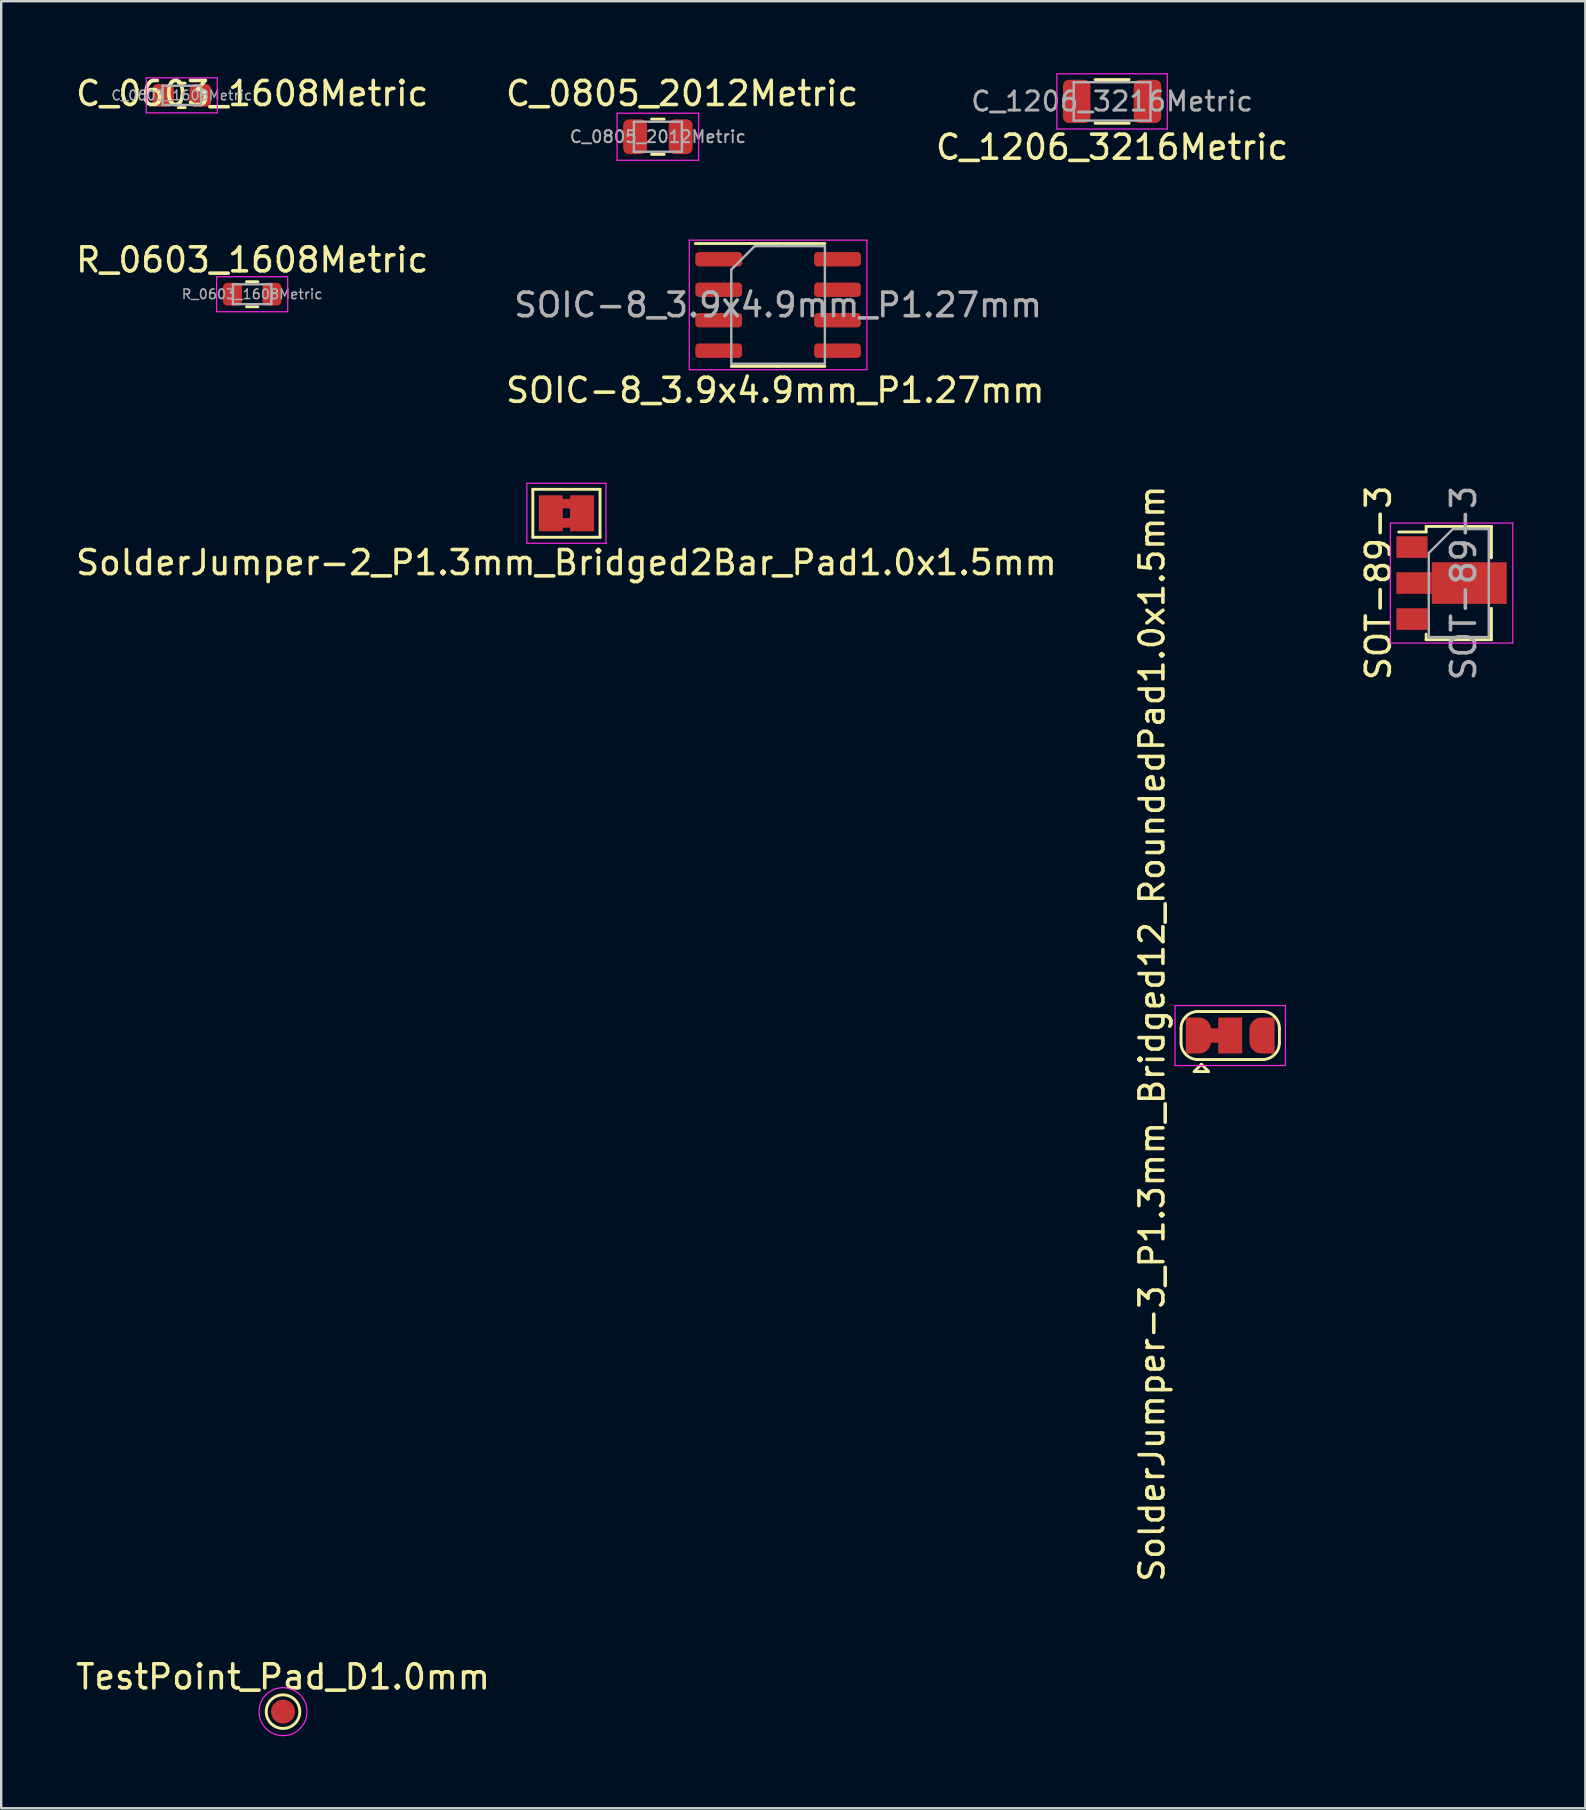
<source format=kicad_pcb>
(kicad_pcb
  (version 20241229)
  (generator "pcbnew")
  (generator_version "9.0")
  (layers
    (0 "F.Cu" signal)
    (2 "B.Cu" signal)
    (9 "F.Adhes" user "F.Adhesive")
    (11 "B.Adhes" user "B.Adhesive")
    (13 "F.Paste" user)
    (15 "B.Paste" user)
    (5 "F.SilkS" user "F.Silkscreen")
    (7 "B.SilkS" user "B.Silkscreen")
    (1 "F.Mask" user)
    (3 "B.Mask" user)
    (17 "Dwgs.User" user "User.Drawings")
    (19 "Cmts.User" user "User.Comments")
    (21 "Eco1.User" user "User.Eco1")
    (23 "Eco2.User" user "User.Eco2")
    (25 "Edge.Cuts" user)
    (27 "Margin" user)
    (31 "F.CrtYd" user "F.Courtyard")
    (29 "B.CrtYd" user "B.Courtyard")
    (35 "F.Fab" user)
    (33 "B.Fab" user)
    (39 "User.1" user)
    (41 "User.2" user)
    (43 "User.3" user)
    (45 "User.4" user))
  (footprint "TestPoint_Pad_D1.0mm"
    (layer "F.Cu")
    (at 8.744 68.277)
    (property "Reference" "TestPoint_Pad_D1.0mm" (at 0 -1.448 0) (layer "F.SilkS") (effects (font (size 1 1) (thickness 0.15))))
    (attr exclude_from_pos_files)
    (fp_circle (center 0 0) (end 0 0.7) (stroke (width 0.12) (type solid)) (fill no) (layer "F.SilkS"))
    (fp_circle (center 0 0) (end 1 0) (stroke (width 0.05) (type solid)) (fill no) (layer "F.CrtYd"))
    (pad "1" smd circle (at 0 0) (size 1 1) (layers "F.Cu" "F.Mask")))
  (footprint "SolderJumper-3_P1.3mm_Bridged12_RoundedPad1.0x1.5mm"
    (layer "F.Cu")
    (at 48.215 40.102)
    (property "Reference" "SolderJumper-3_P1.3mm_Bridged12_RoundedPad1.0x1.5mm" (at -3.26 -0.08 90) (layer "F.SilkS") (effects (font (size 1 1) (thickness 0.15))))
    (attr exclude_from_pos_files)
    (fp_poly (pts (xy -0.9 -0.3) (xy -0.4 -0.3) (xy -0.4 0.3) (xy -0.9 0.3)) (stroke (width 0) (type solid)) (fill yes) (layer "F.Cu"))
    (fp_line (start -2.05 0.3) (end -2.05 -0.3) (stroke (width 0.12) (type solid)) (layer "F.SilkS"))
    (fp_line (start -1.5 1.5) (end -0.9 1.5) (stroke (width 0.12) (type solid)) (layer "F.SilkS"))
    (fp_line (start -1.4 -1) (end 1.4 -1) (stroke (width 0.12) (type solid)) (layer "F.SilkS"))
    (fp_line (start -1.2 1.2) (end -1.5 1.5) (stroke (width 0.12) (type solid)) (layer "F.SilkS"))
    (fp_line (start -1.2 1.2) (end -0.9 1.5) (stroke (width 0.12) (type solid)) (layer "F.SilkS"))
    (fp_line (start 1.4 1) (end -1.4 1) (stroke (width 0.12) (type solid)) (layer "F.SilkS"))
    (fp_line (start 2.05 -0.3) (end 2.05 0.3) (stroke (width 0.12) (type solid)) (layer "F.SilkS"))
    (fp_arc (start -2.05 -0.3) (mid -1.844975 -0.794975) (end -1.35 -1) (stroke (width 0.12) (type solid)) (layer "F.SilkS"))
    (fp_arc (start -1.35 1) (mid -1.844975 0.794975) (end -2.05 0.3) (stroke (width 0.12) (type solid)) (layer "F.SilkS"))
    (fp_arc (start 1.35 -1) (mid 1.844975 -0.794975) (end 2.05 -0.3) (stroke (width 0.12) (type solid)) (layer "F.SilkS"))
    (fp_arc (start 2.05 0.3) (mid 1.844975 0.794975) (end 1.35 1) (stroke (width 0.12) (type solid)) (layer "F.SilkS"))
    (fp_line (start -2.3 -1.25) (end -2.3 1.25) (stroke (width 0.05) (type solid)) (layer "F.CrtYd"))
    (fp_line (start -2.3 -1.25) (end 2.3 -1.25) (stroke (width 0.05) (type solid)) (layer "F.CrtYd"))
    (fp_line (start 2.3 1.25) (end -2.3 1.25) (stroke (width 0.05) (type solid)) (layer "F.CrtYd"))
    (fp_line (start 2.3 1.25) (end 2.3 -1.25) (stroke (width 0.05) (type solid)) (layer "F.CrtYd"))
    (pad "1" smd custom (at -1.3 0 180) (size 1 0.5) (layers "F.Cu" "F.Mask") (options (anchor rect)) (primitives (gr_circle (center 0 0.25) (end 0.5 0.25) (width 0) (fill yes)) (gr_circle (center 0 -0.25) (end 0.5 -0.25) (width 0) (fill yes)) (gr_poly (pts (xy 0.55 0.75) (xy 0 0.75) (xy 0 -0.75) (xy 0.55 -0.75)) (width 0) (fill yes))))
    (pad "2" smd rect (at 0 0 180) (size 1 1.5) (layers "F.Cu" "F.Mask"))
    (pad "3" smd custom (at 1.3 0 180) (size 1 0.5) (layers "F.Cu" "F.Mask") (options (anchor rect)) (primitives (gr_circle (center 0 0.25) (end 0.5 0.25) (width 0) (fill yes)) (gr_circle (center 0 -0.25) (end 0.5 -0.25) (width 0) (fill yes)) (gr_poly (pts (xy 0 0.75) (xy -0.55 0.75) (xy -0.55 -0.75) (xy 0 -0.75)) (width 0) (fill yes)))))
  (footprint "SOIC-8_3.9x4.9mm_P1.27mm"
    (layer "F.Cu")
    (at 29.374 9.658)
    (property "Reference" "SOIC-8_3.9x4.9mm_P1.27mm" (at -0.118 3.558 0) (layer "F.SilkS") (effects (font (size 1 1) (thickness 0.15))))
    (attr smd)
    (fp_line (start 0 -2.56) (end -3.45 -2.56) (stroke (width 0.12) (type solid)) (layer "F.SilkS"))
    (fp_line (start 0 -2.56) (end 1.95 -2.56) (stroke (width 0.12) (type solid)) (layer "F.SilkS"))
    (fp_line (start 0 2.56) (end -1.95 2.56) (stroke (width 0.12) (type solid)) (layer "F.SilkS"))
    (fp_line (start 0 2.56) (end 1.95 2.56) (stroke (width 0.12) (type solid)) (layer "F.SilkS"))
    (fp_line (start -3.7 -2.7) (end -3.7 2.7) (stroke (width 0.05) (type solid)) (layer "F.CrtYd"))
    (fp_line (start -3.7 2.7) (end 3.7 2.7) (stroke (width 0.05) (type solid)) (layer "F.CrtYd"))
    (fp_line (start 3.7 -2.7) (end -3.7 -2.7) (stroke (width 0.05) (type solid)) (layer "F.CrtYd"))
    (fp_line (start 3.7 2.7) (end 3.7 -2.7) (stroke (width 0.05) (type solid)) (layer "F.CrtYd"))
    (fp_line (start -1.95 -1.475) (end -0.975 -2.45) (stroke (width 0.1) (type solid)) (layer "F.Fab"))
    (fp_line (start -1.95 2.45) (end -1.95 -1.475) (stroke (width 0.1) (type solid)) (layer "F.Fab"))
    (fp_line (start -0.975 -2.45) (end 1.95 -2.45) (stroke (width 0.1) (type solid)) (layer "F.Fab"))
    (fp_line (start 1.95 -2.45) (end 1.95 2.45) (stroke (width 0.1) (type solid)) (layer "F.Fab"))
    (fp_line (start 1.95 2.45) (end -1.95 2.45) (stroke (width 0.1) (type solid)) (layer "F.Fab"))
    (fp_text user "${REFERENCE}" (at 0 0 0) (layer "F.Fab") (effects (font (size 0.98 0.98) (thickness 0.15))))
    (pad "1" smd roundrect (at -2.475 -1.905) (size 1.95 0.6) (layers "F.Cu" "F.Mask" "F.Paste") (roundrect_rratio 0.25))
    (pad "2" smd roundrect (at -2.475 -0.635) (size 1.95 0.6) (layers "F.Cu" "F.Mask" "F.Paste") (roundrect_rratio 0.25))
    (pad "3" smd roundrect (at -2.475 0.635) (size 1.95 0.6) (layers "F.Cu" "F.Mask" "F.Paste") (roundrect_rratio 0.25))
    (pad "4" smd roundrect (at -2.475 1.905) (size 1.95 0.6) (layers "F.Cu" "F.Mask" "F.Paste") (roundrect_rratio 0.25))
    (pad "5" smd roundrect (at 2.475 1.905) (size 1.95 0.6) (layers "F.Cu" "F.Mask" "F.Paste") (roundrect_rratio 0.25))
    (pad "6" smd roundrect (at 2.475 0.635) (size 1.95 0.6) (layers "F.Cu" "F.Mask" "F.Paste") (roundrect_rratio 0.25))
    (pad "7" smd roundrect (at 2.475 -0.635) (size 1.95 0.6) (layers "F.Cu" "F.Mask" "F.Paste") (roundrect_rratio 0.25))
    (pad "8" smd roundrect (at 2.475 -1.905) (size 1.95 0.6) (layers "F.Cu" "F.Mask" "F.Paste") (roundrect_rratio 0.25)))
  (footprint "C_0603_1608Metric"
    (layer "F.Cu")
    (at 4.525 0.924)
    (property "Reference" "C_0603_1608Metric" (at 2.933 -0.076 180) (layer "F.SilkS") (effects (font (size 1 1) (thickness 0.15))))
    (attr smd)
    (fp_line (start -0.141 -0.51) (end 0.141 -0.51) (stroke (width 0.12) (type solid)) (layer "F.SilkS"))
    (fp_line (start -0.141 0.51) (end 0.141 0.51) (stroke (width 0.12) (type solid)) (layer "F.SilkS"))
    (fp_line (start -1.48 -0.73) (end 1.48 -0.73) (stroke (width 0.05) (type solid)) (layer "F.CrtYd"))
    (fp_line (start -1.48 0.73) (end -1.48 -0.73) (stroke (width 0.05) (type solid)) (layer "F.CrtYd"))
    (fp_line (start 1.48 -0.73) (end 1.48 0.73) (stroke (width 0.05) (type solid)) (layer "F.CrtYd"))
    (fp_line (start 1.48 0.73) (end -1.48 0.73) (stroke (width 0.05) (type solid)) (layer "F.CrtYd"))
    (fp_line (start -0.8 -0.4) (end 0.8 -0.4) (stroke (width 0.1) (type solid)) (layer "F.Fab"))
    (fp_line (start -0.8 0.4) (end -0.8 -0.4) (stroke (width 0.1) (type solid)) (layer "F.Fab"))
    (fp_line (start 0.8 -0.4) (end 0.8 0.4) (stroke (width 0.1) (type solid)) (layer "F.Fab"))
    (fp_line (start 0.8 0.4) (end -0.8 0.4) (stroke (width 0.1) (type solid)) (layer "F.Fab"))
    (fp_text user "${REFERENCE}" (at 0 0 180) (layer "F.Fab") (effects (font (size 0.4 0.4) (thickness 0.06))))
    (pad "1" smd roundrect (at -0.775 0) (size 0.9 0.95) (layers "F.Cu" "F.Mask" "F.Paste") (roundrect_rratio 0.25))
    (pad "2" smd roundrect (at 0.775 0) (size 0.9 0.95) (layers "F.Cu" "F.Mask" "F.Paste") (roundrect_rratio 0.25)))
  (footprint "C_1206_3216Metric"
    (layer "F.Cu")
    (at 43.292 1.175)
    (property "Reference" "C_1206_3216Metric" (at 0 1.91 0) (layer "F.SilkS") (effects (font (size 1 1) (thickness 0.15))))
    (attr smd)
    (fp_line (start -0.711 -0.91) (end 0.711 -0.91) (stroke (width 0.12) (type solid)) (layer "F.SilkS"))
    (fp_line (start -0.711 0.91) (end 0.711 0.91) (stroke (width 0.12) (type solid)) (layer "F.SilkS"))
    (fp_line (start -2.3 -1.15) (end 2.3 -1.15) (stroke (width 0.05) (type solid)) (layer "F.CrtYd"))
    (fp_line (start -2.3 1.15) (end -2.3 -1.15) (stroke (width 0.05) (type solid)) (layer "F.CrtYd"))
    (fp_line (start 2.3 -1.15) (end 2.3 1.15) (stroke (width 0.05) (type solid)) (layer "F.CrtYd"))
    (fp_line (start 2.3 1.15) (end -2.3 1.15) (stroke (width 0.05) (type solid)) (layer "F.CrtYd"))
    (fp_line (start -1.6 -0.8) (end 1.6 -0.8) (stroke (width 0.1) (type solid)) (layer "F.Fab"))
    (fp_line (start -1.6 0.8) (end -1.6 -0.8) (stroke (width 0.1) (type solid)) (layer "F.Fab"))
    (fp_line (start 1.6 -0.8) (end 1.6 0.8) (stroke (width 0.1) (type solid)) (layer "F.Fab"))
    (fp_line (start 1.6 0.8) (end -1.6 0.8) (stroke (width 0.1) (type solid)) (layer "F.Fab"))
    (fp_text user "${REFERENCE}" (at 0 0 0) (layer "F.Fab") (effects (font (size 0.8 0.8) (thickness 0.12))))
    (pad "1" smd roundrect (at -1.475 0) (size 1.15 1.8) (layers "F.Cu" "F.Mask" "F.Paste") (roundrect_rratio 0.217))
    (pad "2" smd roundrect (at 1.475 0) (size 1.15 1.8) (layers "F.Cu" "F.Mask" "F.Paste") (roundrect_rratio 0.217)))
  (footprint "R_0603_1608Metric"
    (layer "F.Cu")
    (at 7.458 9.211)
    (property "Reference" "R_0603_1608Metric" (at 0 -1.43 0) (layer "F.SilkS") (effects (font (size 1 1) (thickness 0.15))))
    (attr smd)
    (fp_line (start -0.237 -0.522) (end 0.237 -0.522) (stroke (width 0.12) (type solid)) (layer "F.SilkS"))
    (fp_line (start -0.237 0.522) (end 0.237 0.522) (stroke (width 0.12) (type solid)) (layer "F.SilkS"))
    (fp_line (start -1.48 -0.73) (end 1.48 -0.73) (stroke (width 0.05) (type solid)) (layer "F.CrtYd"))
    (fp_line (start -1.48 0.73) (end -1.48 -0.73) (stroke (width 0.05) (type solid)) (layer "F.CrtYd"))
    (fp_line (start 1.48 -0.73) (end 1.48 0.73) (stroke (width 0.05) (type solid)) (layer "F.CrtYd"))
    (fp_line (start 1.48 0.73) (end -1.48 0.73) (stroke (width 0.05) (type solid)) (layer "F.CrtYd"))
    (fp_line (start -0.8 -0.412) (end 0.8 -0.412) (stroke (width 0.1) (type solid)) (layer "F.Fab"))
    (fp_line (start -0.8 0.412) (end -0.8 -0.412) (stroke (width 0.1) (type solid)) (layer "F.Fab"))
    (fp_line (start 0.8 -0.412) (end 0.8 0.412) (stroke (width 0.1) (type solid)) (layer "F.Fab"))
    (fp_line (start 0.8 0.412) (end -0.8 0.412) (stroke (width 0.1) (type solid)) (layer "F.Fab"))
    (fp_text user "${REFERENCE}" (at 0 0 0) (layer "F.Fab") (effects (font (size 0.4 0.4) (thickness 0.06))))
    (pad "1" smd roundrect (at -0.825 0) (size 0.8 0.95) (layers "F.Cu" "F.Mask" "F.Paste") (roundrect_rratio 0.25))
    (pad "2" smd roundrect (at 0.825 0) (size 0.8 0.95) (layers "F.Cu" "F.Mask" "F.Paste") (roundrect_rratio 0.25)))
  (footprint "SolderJumper-2_P1.3mm_Bridged2Bar_Pad1.0x1.5mm"
    (layer "F.Cu")
    (at 20.554 18.339)
    (property "Reference" "SolderJumper-2_P1.3mm_Bridged2Bar_Pad1.0x1.5mm" (at 0 2.057 0) (layer "F.SilkS") (effects (font (size 1 1) (thickness 0.15))))
    (attr exclude_from_pos_files)
    (fp_poly (pts (xy -0.25 -0.6) (xy 0.25 -0.6) (xy 0.25 -0.2) (xy -0.25 -0.2)) (stroke (width 0) (type solid)) (fill yes) (layer "F.Cu"))
    (fp_poly (pts (xy -0.25 0.2) (xy 0.25 0.2) (xy 0.25 0.6) (xy -0.25 0.6)) (stroke (width 0) (type solid)) (fill yes) (layer "F.Cu"))
    (fp_line (start -1.4 -1) (end 1.4 -1) (stroke (width 0.12) (type solid)) (layer "F.SilkS"))
    (fp_line (start -1.4 1) (end -1.4 -1) (stroke (width 0.12) (type solid)) (layer "F.SilkS"))
    (fp_line (start 1.4 -1) (end 1.4 1) (stroke (width 0.12) (type solid)) (layer "F.SilkS"))
    (fp_line (start 1.4 1) (end -1.4 1) (stroke (width 0.12) (type solid)) (layer "F.SilkS"))
    (fp_line (start -1.65 -1.25) (end -1.65 1.25) (stroke (width 0.05) (type solid)) (layer "F.CrtYd"))
    (fp_line (start -1.65 -1.25) (end 1.65 -1.25) (stroke (width 0.05) (type solid)) (layer "F.CrtYd"))
    (fp_line (start 1.65 1.25) (end -1.65 1.25) (stroke (width 0.05) (type solid)) (layer "F.CrtYd"))
    (fp_line (start 1.65 1.25) (end 1.65 -1.25) (stroke (width 0.05) (type solid)) (layer "F.CrtYd"))
    (pad "1" smd rect (at -0.65 0 180) (size 1 1.5) (layers "F.Cu" "F.Mask"))
    (pad "2" smd rect (at 0.65 0 180) (size 1 1.5) (layers "F.Cu" "F.Mask")))
  (footprint "C_0805_2012Metric"
    (layer "F.Cu")
    (at 24.365 2.648)
    (property "Reference" "C_0805_2012Metric" (at 1.01 -1.8 0) (layer "F.SilkS") (effects (font (size 1 1) (thickness 0.15))))
    (attr smd)
    (fp_line (start -0.261 -0.735) (end 0.261 -0.735) (stroke (width 0.12) (type solid)) (layer "F.SilkS"))
    (fp_line (start -0.261 0.735) (end 0.261 0.735) (stroke (width 0.12) (type solid)) (layer "F.SilkS"))
    (fp_line (start -1.7 -0.98) (end 1.7 -0.98) (stroke (width 0.05) (type solid)) (layer "F.CrtYd"))
    (fp_line (start -1.7 0.98) (end -1.7 -0.98) (stroke (width 0.05) (type solid)) (layer "F.CrtYd"))
    (fp_line (start 1.7 -0.98) (end 1.7 0.98) (stroke (width 0.05) (type solid)) (layer "F.CrtYd"))
    (fp_line (start 1.7 0.98) (end -1.7 0.98) (stroke (width 0.05) (type solid)) (layer "F.CrtYd"))
    (fp_line (start -1 -0.625) (end 1 -0.625) (stroke (width 0.1) (type solid)) (layer "F.Fab"))
    (fp_line (start -1 0.625) (end -1 -0.625) (stroke (width 0.1) (type solid)) (layer "F.Fab"))
    (fp_line (start 1 -0.625) (end 1 0.625) (stroke (width 0.1) (type solid)) (layer "F.Fab"))
    (fp_line (start 1 0.625) (end -1 0.625) (stroke (width 0.1) (type solid)) (layer "F.Fab"))
    (fp_text user "${REFERENCE}" (at 0 0 0) (layer "F.Fab") (effects (font (size 0.5 0.5) (thickness 0.08))))
    (pad "1" smd roundrect (at -0.95 0) (size 1 1.45) (layers "F.Cu" "F.Mask" "F.Paste") (roundrect_rratio 0.25))
    (pad "2" smd roundrect (at 0.95 0) (size 1 1.45) (layers "F.Cu" "F.Mask" "F.Paste") (roundrect_rratio 0.25)))
  (footprint "SOT-89-3"
    (layer "F.Cu")
    (at 57.739 21.247)
    (property "Reference" "SOT-89-3" (at -3.35 -0.01 90) (layer "F.SilkS") (effects (font (size 1 1) (thickness 0.15))))
    (attr smd)
    (fp_line (start -2.5 -2.13) (end -1.36 -2.13) (stroke (width 0.12) (type solid)) (layer "F.SilkS"))
    (fp_line (start -1.36 -2.36) (end -1.36 -2.13) (stroke (width 0.12) (type solid)) (layer "F.SilkS"))
    (fp_line (start -1.36 -2.36) (end 1.36 -2.36) (stroke (width 0.12) (type solid)) (layer "F.SilkS"))
    (fp_line (start -1.36 2.36) (end -1.36 2.13) (stroke (width 0.12) (type solid)) (layer "F.SilkS"))
    (fp_line (start 1.36 -2.36) (end 1.36 -1.05) (stroke (width 0.12) (type solid)) (layer "F.SilkS"))
    (fp_line (start 1.36 1.05) (end 1.36 2.36) (stroke (width 0.12) (type solid)) (layer "F.SilkS"))
    (fp_line (start 1.36 2.36) (end -1.36 2.36) (stroke (width 0.12) (type solid)) (layer "F.SilkS"))
    (fp_line (start -2.85 2.5) (end -2.85 -2.5) (stroke (width 0.05) (type solid)) (layer "F.CrtYd"))
    (fp_line (start -2.85 2.5) (end 2.25 2.5) (stroke (width 0.05) (type solid)) (layer "F.CrtYd"))
    (fp_line (start 2.25 -2.5) (end -2.85 -2.5) (stroke (width 0.05) (type solid)) (layer "F.CrtYd"))
    (fp_line (start 2.25 -2.5) (end 2.25 2.5) (stroke (width 0.05) (type solid)) (layer "F.CrtYd"))
    (fp_line (start -1.25 -1.25) (end -0.25 -2.25) (stroke (width 0.1) (type solid)) (layer "F.Fab"))
    (fp_line (start -1.25 2.25) (end -1.25 -1.25) (stroke (width 0.1) (type solid)) (layer "F.Fab"))
    (fp_line (start -0.25 -2.25) (end 1.25 -2.25) (stroke (width 0.1) (type solid)) (layer "F.Fab"))
    (fp_line (start 1.25 -2.25) (end 1.25 2.25) (stroke (width 0.1) (type solid)) (layer "F.Fab"))
    (fp_line (start 1.25 2.25) (end -1.25 2.25) (stroke (width 0.1) (type solid)) (layer "F.Fab"))
    (fp_text user "${REFERENCE}" (at 0.2 0 270) (layer "F.Fab") (effects (font (size 1 1) (thickness 0.15))))
    (pad "1" smd rect (at -1.95 -1.5) (size 1.3 0.9) (layers "F.Cu" "F.Mask" "F.Paste"))
    (pad "2" smd custom (at -1.863 0) (size 1.475 0.9) (layers "F.Cu" "F.Mask" "F.Paste") (options (anchor rect)) (primitives (gr_poly (pts (xy 3.862 0.867) (xy 0.738 0.867) (xy 0.738 -0.867) (xy 3.862 -0.867)) (width 0) (fill yes))))
    (pad "3" smd rect (at -1.95 1.5) (size 1.3 0.9) (layers "F.Cu" "F.Mask" "F.Paste")))
  (gr_rect
    (start -3 -3)
    (end 63.014 72.302)
    (stroke (width 0.1) (type default))
    (fill no)
    (layer "Edge.Cuts")))
</source>
